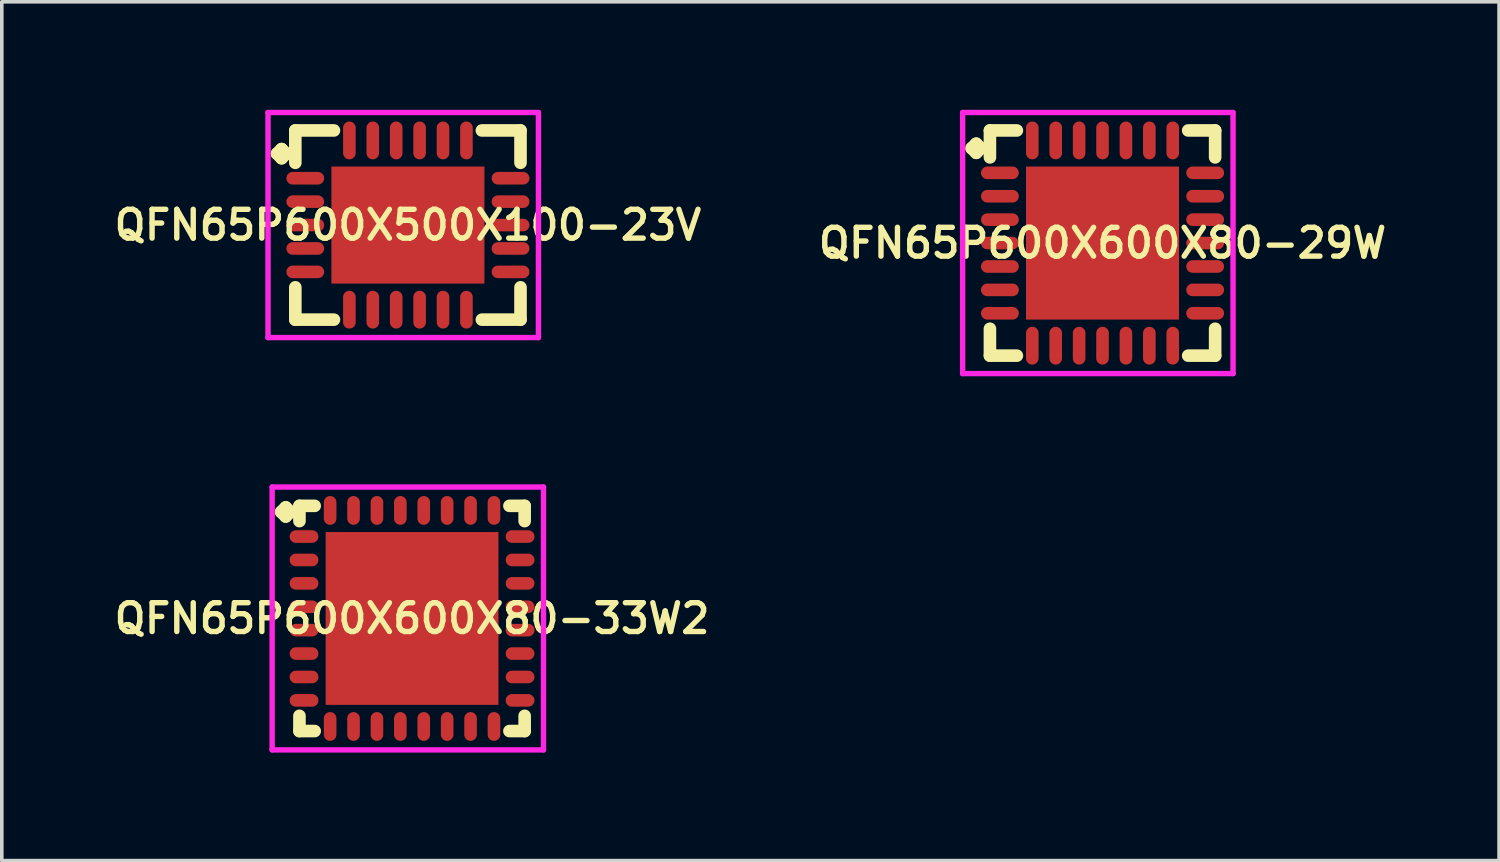
<source format=kicad_pcb>
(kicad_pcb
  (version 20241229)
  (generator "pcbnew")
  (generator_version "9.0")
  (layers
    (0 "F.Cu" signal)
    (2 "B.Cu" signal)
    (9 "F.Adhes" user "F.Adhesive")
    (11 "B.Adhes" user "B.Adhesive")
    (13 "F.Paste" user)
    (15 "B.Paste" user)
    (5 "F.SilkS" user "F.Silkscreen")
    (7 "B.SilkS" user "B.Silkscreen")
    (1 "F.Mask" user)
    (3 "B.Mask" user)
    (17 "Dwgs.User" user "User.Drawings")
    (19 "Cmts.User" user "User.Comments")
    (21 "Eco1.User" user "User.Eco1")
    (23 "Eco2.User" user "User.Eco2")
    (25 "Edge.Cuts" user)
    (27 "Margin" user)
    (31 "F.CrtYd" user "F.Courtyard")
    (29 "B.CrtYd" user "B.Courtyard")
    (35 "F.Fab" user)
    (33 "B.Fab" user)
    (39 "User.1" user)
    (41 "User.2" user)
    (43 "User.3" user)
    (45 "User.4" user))
  (footprint "QFN65P600X600X80-29W"
    (layer "F.Cu")
    (at 27.568 3.7)
    (property "Reference" "QFN65P600X600X80-29W" (at 0 0 0) (layer "F.SilkS") (effects (font (size 0.8 0.8) (thickness 0.15))))
    (attr smd)
    (fp_line (start -3.635 -2.633) (end -3.508 -2.76) (stroke (width 0.35) (type solid)) (layer "F.SilkS"))
    (fp_line (start -3.508 -2.76) (end -3.381 -2.633) (stroke (width 0.35) (type solid)) (layer "F.SilkS"))
    (fp_line (start -3.508 -2.506) (end -3.635 -2.633) (stroke (width 0.35) (type solid)) (layer "F.SilkS"))
    (fp_line (start -3.381 -2.633) (end -3.508 -2.506) (stroke (width 0.35) (type solid)) (layer "F.SilkS"))
    (fp_line (start -3.127 -3.127) (end -2.379 -3.127) (stroke (width 0.35) (type solid)) (layer "F.SilkS"))
    (fp_line (start -3.127 -2.379) (end -3.127 -3.127) (stroke (width 0.35) (type solid)) (layer "F.SilkS"))
    (fp_line (start -3.127 2.379) (end -3.127 3.127) (stroke (width 0.35) (type solid)) (layer "F.SilkS"))
    (fp_line (start -3.127 3.127) (end -2.379 3.127) (stroke (width 0.35) (type solid)) (layer "F.SilkS"))
    (fp_line (start 2.379 -3.127) (end 3.127 -3.127) (stroke (width 0.35) (type solid)) (layer "F.SilkS"))
    (fp_line (start 2.379 3.127) (end 3.127 3.127) (stroke (width 0.35) (type solid)) (layer "F.SilkS"))
    (fp_line (start 3.127 -3.127) (end 3.127 -2.379) (stroke (width 0.35) (type solid)) (layer "F.SilkS"))
    (fp_line (start 3.127 3.127) (end 3.127 2.379) (stroke (width 0.35) (type solid)) (layer "F.SilkS"))
    (fp_line (start -3.885 -3.625) (end 3.625 -3.625) (stroke (width 0.15) (type solid)) (layer "F.CrtYd"))
    (fp_line (start -3.885 3.625) (end -3.885 -3.625) (stroke (width 0.15) (type solid)) (layer "F.CrtYd"))
    (fp_line (start 3.625 -3.625) (end 3.625 3.625) (stroke (width 0.15) (type solid)) (layer "F.CrtYd"))
    (fp_line (start 3.625 3.625) (end -3.885 3.625) (stroke (width 0.15) (type solid)) (layer "F.CrtYd"))
    (pad "1" smd oval (at -2.85 -1.95) (size 1.05 0.35) (layers "F.Cu" "F.Mask" "F.Paste"))
    (pad "2" smd oval (at -2.85 -1.3) (size 1.05 0.35) (layers "F.Cu" "F.Mask" "F.Paste"))
    (pad "3" smd oval (at -2.85 -0.65) (size 1.05 0.35) (layers "F.Cu" "F.Mask" "F.Paste"))
    (pad "4" smd oval (at -2.85 0) (size 1.05 0.35) (layers "F.Cu" "F.Mask" "F.Paste"))
    (pad "5" smd oval (at -2.85 0.65) (size 1.05 0.35) (layers "F.Cu" "F.Mask" "F.Paste"))
    (pad "6" smd oval (at -2.85 1.3) (size 1.05 0.35) (layers "F.Cu" "F.Mask" "F.Paste"))
    (pad "7" smd oval (at -2.85 1.95) (size 1.05 0.35) (layers "F.Cu" "F.Mask" "F.Paste"))
    (pad "8" smd oval (at -1.95 2.85) (size 0.35 1.05) (layers "F.Cu" "F.Mask" "F.Paste"))
    (pad "9" smd oval (at -1.3 2.85) (size 0.35 1.05) (layers "F.Cu" "F.Mask" "F.Paste"))
    (pad "10" smd oval (at -0.65 2.85) (size 0.35 1.05) (layers "F.Cu" "F.Mask" "F.Paste"))
    (pad "11" smd oval (at 0 2.85) (size 0.35 1.05) (layers "F.Cu" "F.Mask" "F.Paste"))
    (pad "12" smd oval (at 0.65 2.85) (size 0.35 1.05) (layers "F.Cu" "F.Mask" "F.Paste"))
    (pad "13" smd oval (at 1.3 2.85) (size 0.35 1.05) (layers "F.Cu" "F.Mask" "F.Paste"))
    (pad "14" smd oval (at 1.95 2.85) (size 0.35 1.05) (layers "F.Cu" "F.Mask" "F.Paste"))
    (pad "15" smd oval (at 2.85 1.95) (size 1.05 0.35) (layers "F.Cu" "F.Mask" "F.Paste"))
    (pad "16" smd oval (at 2.85 1.3) (size 1.05 0.35) (layers "F.Cu" "F.Mask" "F.Paste"))
    (pad "17" smd oval (at 2.85 0.65) (size 1.05 0.35) (layers "F.Cu" "F.Mask" "F.Paste"))
    (pad "18" smd oval (at 2.85 0) (size 1.05 0.35) (layers "F.Cu" "F.Mask" "F.Paste"))
    (pad "19" smd oval (at 2.85 -0.65) (size 1.05 0.35) (layers "F.Cu" "F.Mask" "F.Paste"))
    (pad "20" smd oval (at 2.85 -1.3) (size 1.05 0.35) (layers "F.Cu" "F.Mask" "F.Paste"))
    (pad "21" smd oval (at 2.85 -1.95) (size 1.05 0.35) (layers "F.Cu" "F.Mask" "F.Paste"))
    (pad "22" smd oval (at 1.95 -2.85) (size 0.35 1.05) (layers "F.Cu" "F.Mask" "F.Paste"))
    (pad "23" smd oval (at 1.3 -2.85) (size 0.35 1.05) (layers "F.Cu" "F.Mask" "F.Paste"))
    (pad "24" smd oval (at 0.65 -2.85) (size 0.35 1.05) (layers "F.Cu" "F.Mask" "F.Paste"))
    (pad "25" smd oval (at 0 -2.85) (size 0.35 1.05) (layers "F.Cu" "F.Mask" "F.Paste"))
    (pad "26" smd oval (at -0.65 -2.85) (size 0.35 1.05) (layers "F.Cu" "F.Mask" "F.Paste"))
    (pad "27" smd oval (at -1.3 -2.85) (size 0.35 1.05) (layers "F.Cu" "F.Mask" "F.Paste"))
    (pad "28" smd oval (at -1.95 -2.85) (size 0.35 1.05) (layers "F.Cu" "F.Mask" "F.Paste"))
    (pad "29" smd rect (at 0 0) (size 4.25 4.25) (layers "F.Cu" "F.Mask" "F.Paste")))
  (footprint "QFN65P600X500X100-23V"
    (layer "F.Cu")
    (at 8.278 3.2)
    (property "Reference" "QFN65P600X500X100-23V" (at 0 0 0) (layer "F.SilkS") (effects (font (size 0.8 0.8) (thickness 0.15))))
    (attr smd)
    (fp_line (start -3.635 -1.983) (end -3.508 -2.11) (stroke (width 0.35) (type solid)) (layer "F.SilkS"))
    (fp_line (start -3.508 -2.11) (end -3.381 -1.983) (stroke (width 0.35) (type solid)) (layer "F.SilkS"))
    (fp_line (start -3.508 -1.856) (end -3.635 -1.983) (stroke (width 0.35) (type solid)) (layer "F.SilkS"))
    (fp_line (start -3.381 -1.983) (end -3.508 -1.856) (stroke (width 0.35) (type solid)) (layer "F.SilkS"))
    (fp_line (start -3.127 -2.627) (end -2.054 -2.627) (stroke (width 0.35) (type solid)) (layer "F.SilkS"))
    (fp_line (start -3.127 -1.729) (end -3.127 -2.627) (stroke (width 0.35) (type solid)) (layer "F.SilkS"))
    (fp_line (start -3.127 1.729) (end -3.127 2.627) (stroke (width 0.35) (type solid)) (layer "F.SilkS"))
    (fp_line (start -3.127 2.627) (end -2.054 2.627) (stroke (width 0.35) (type solid)) (layer "F.SilkS"))
    (fp_line (start 2.054 -2.627) (end 3.127 -2.627) (stroke (width 0.35) (type solid)) (layer "F.SilkS"))
    (fp_line (start 2.054 2.627) (end 3.127 2.627) (stroke (width 0.35) (type solid)) (layer "F.SilkS"))
    (fp_line (start 3.127 -2.627) (end 3.127 -1.729) (stroke (width 0.35) (type solid)) (layer "F.SilkS"))
    (fp_line (start 3.127 2.627) (end 3.127 1.729) (stroke (width 0.35) (type solid)) (layer "F.SilkS"))
    (fp_line (start -3.885 -3.125) (end 3.625 -3.125) (stroke (width 0.15) (type solid)) (layer "F.CrtYd"))
    (fp_line (start -3.885 3.125) (end -3.885 -3.125) (stroke (width 0.15) (type solid)) (layer "F.CrtYd"))
    (fp_line (start 3.625 -3.125) (end 3.625 3.125) (stroke (width 0.15) (type solid)) (layer "F.CrtYd"))
    (fp_line (start 3.625 3.125) (end -3.885 3.125) (stroke (width 0.15) (type solid)) (layer "F.CrtYd"))
    (pad "1" smd oval (at -2.85 -1.3) (size 1.05 0.35) (layers "F.Cu" "F.Mask" "F.Paste"))
    (pad "2" smd oval (at -2.85 -0.65) (size 1.05 0.35) (layers "F.Cu" "F.Mask" "F.Paste"))
    (pad "3" smd oval (at -2.85 0) (size 1.05 0.35) (layers "F.Cu" "F.Mask" "F.Paste"))
    (pad "4" smd oval (at -2.85 0.65) (size 1.05 0.35) (layers "F.Cu" "F.Mask" "F.Paste"))
    (pad "5" smd oval (at -2.85 1.3) (size 1.05 0.35) (layers "F.Cu" "F.Mask" "F.Paste"))
    (pad "6" smd oval (at -1.625 2.35) (size 0.35 1.05) (layers "F.Cu" "F.Mask" "F.Paste"))
    (pad "7" smd oval (at -0.975 2.35) (size 0.35 1.05) (layers "F.Cu" "F.Mask" "F.Paste"))
    (pad "8" smd oval (at -0.325 2.35) (size 0.35 1.05) (layers "F.Cu" "F.Mask" "F.Paste"))
    (pad "9" smd oval (at 0.325 2.35) (size 0.35 1.05) (layers "F.Cu" "F.Mask" "F.Paste"))
    (pad "10" smd oval (at 0.975 2.35) (size 0.35 1.05) (layers "F.Cu" "F.Mask" "F.Paste"))
    (pad "11" smd oval (at 1.625 2.35) (size 0.35 1.05) (layers "F.Cu" "F.Mask" "F.Paste"))
    (pad "12" smd oval (at 2.85 1.3) (size 1.05 0.35) (layers "F.Cu" "F.Mask" "F.Paste"))
    (pad "13" smd oval (at 2.85 0.65) (size 1.05 0.35) (layers "F.Cu" "F.Mask" "F.Paste"))
    (pad "14" smd oval (at 2.85 0) (size 1.05 0.35) (layers "F.Cu" "F.Mask" "F.Paste"))
    (pad "15" smd oval (at 2.85 -0.65) (size 1.05 0.35) (layers "F.Cu" "F.Mask" "F.Paste"))
    (pad "16" smd oval (at 2.85 -1.3) (size 1.05 0.35) (layers "F.Cu" "F.Mask" "F.Paste"))
    (pad "17" smd oval (at 1.625 -2.35) (size 0.35 1.05) (layers "F.Cu" "F.Mask" "F.Paste"))
    (pad "18" smd oval (at 0.975 -2.35) (size 0.35 1.05) (layers "F.Cu" "F.Mask" "F.Paste"))
    (pad "19" smd oval (at 0.325 -2.35) (size 0.35 1.05) (layers "F.Cu" "F.Mask" "F.Paste"))
    (pad "20" smd oval (at -0.325 -2.35) (size 0.35 1.05) (layers "F.Cu" "F.Mask" "F.Paste"))
    (pad "21" smd oval (at -0.975 -2.35) (size 0.35 1.05) (layers "F.Cu" "F.Mask" "F.Paste"))
    (pad "22" smd oval (at -1.625 -2.35) (size 0.35 1.05) (layers "F.Cu" "F.Mask" "F.Paste"))
    (pad "23" smd rect (at 0 0) (size 4.25 3.25) (layers "F.Cu" "F.Mask" "F.Paste")))
  (footprint "QFN65P600X600X80-33W2"
    (layer "F.Cu")
    (at 8.393 14.125)
    (property "Reference" "QFN65P600X600X80-33W2" (at 0 0 0) (layer "F.SilkS") (effects (font (size 0.8 0.8) (thickness 0.15))))
    (attr smd)
    (fp_line (start -3.635 -2.958) (end -3.508 -3.085) (stroke (width 0.35) (type solid)) (layer "F.SilkS"))
    (fp_line (start -3.508 -3.085) (end -3.381 -2.958) (stroke (width 0.35) (type solid)) (layer "F.SilkS"))
    (fp_line (start -3.508 -2.831) (end -3.635 -2.958) (stroke (width 0.35) (type solid)) (layer "F.SilkS"))
    (fp_line (start -3.381 -2.958) (end -3.508 -2.831) (stroke (width 0.35) (type solid)) (layer "F.SilkS"))
    (fp_line (start -3.127 -3.127) (end -2.704 -3.127) (stroke (width 0.35) (type solid)) (layer "F.SilkS"))
    (fp_line (start -3.127 -2.704) (end -3.127 -3.127) (stroke (width 0.35) (type solid)) (layer "F.SilkS"))
    (fp_line (start -3.127 2.704) (end -3.127 3.127) (stroke (width 0.35) (type solid)) (layer "F.SilkS"))
    (fp_line (start -3.127 3.127) (end -2.704 3.127) (stroke (width 0.35) (type solid)) (layer "F.SilkS"))
    (fp_line (start 2.704 -3.127) (end 3.127 -3.127) (stroke (width 0.35) (type solid)) (layer "F.SilkS"))
    (fp_line (start 2.704 3.127) (end 3.127 3.127) (stroke (width 0.35) (type solid)) (layer "F.SilkS"))
    (fp_line (start 3.127 -3.127) (end 3.127 -2.704) (stroke (width 0.35) (type solid)) (layer "F.SilkS"))
    (fp_line (start 3.127 3.127) (end 3.127 2.704) (stroke (width 0.35) (type solid)) (layer "F.SilkS"))
    (fp_line (start -3.885 -3.65) (end 3.65 -3.65) (stroke (width 0.15) (type solid)) (layer "F.CrtYd"))
    (fp_line (start -3.885 3.65) (end -3.885 -3.65) (stroke (width 0.15) (type solid)) (layer "F.CrtYd"))
    (fp_line (start 3.65 -3.65) (end 3.65 3.65) (stroke (width 0.15) (type solid)) (layer "F.CrtYd"))
    (fp_line (start 3.65 3.65) (end -3.885 3.65) (stroke (width 0.15) (type solid)) (layer "F.CrtYd"))
    (pad "1" smd oval (at -3 -2.275) (size 0.8 0.35) (layers "F.Cu" "F.Mask" "F.Paste"))
    (pad "2" smd oval (at -3 -1.625) (size 0.8 0.35) (layers "F.Cu" "F.Mask" "F.Paste"))
    (pad "3" smd oval (at -3 -0.975) (size 0.8 0.35) (layers "F.Cu" "F.Mask" "F.Paste"))
    (pad "4" smd oval (at -3 -0.325) (size 0.8 0.35) (layers "F.Cu" "F.Mask" "F.Paste"))
    (pad "5" smd oval (at -3 0.325) (size 0.8 0.35) (layers "F.Cu" "F.Mask" "F.Paste"))
    (pad "6" smd oval (at -3 0.975) (size 0.8 0.35) (layers "F.Cu" "F.Mask" "F.Paste"))
    (pad "7" smd oval (at -3 1.625) (size 0.8 0.35) (layers "F.Cu" "F.Mask" "F.Paste"))
    (pad "8" smd oval (at -3 2.275) (size 0.8 0.35) (layers "F.Cu" "F.Mask" "F.Paste"))
    (pad "9" smd oval (at -2.275 3) (size 0.35 0.8) (layers "F.Cu" "F.Mask" "F.Paste"))
    (pad "10" smd oval (at -1.625 3) (size 0.35 0.8) (layers "F.Cu" "F.Mask" "F.Paste"))
    (pad "11" smd oval (at -0.975 3) (size 0.35 0.8) (layers "F.Cu" "F.Mask" "F.Paste"))
    (pad "12" smd oval (at -0.325 3) (size 0.35 0.8) (layers "F.Cu" "F.Mask" "F.Paste"))
    (pad "13" smd oval (at 0.325 3) (size 0.35 0.8) (layers "F.Cu" "F.Mask" "F.Paste"))
    (pad "14" smd oval (at 0.975 3) (size 0.35 0.8) (layers "F.Cu" "F.Mask" "F.Paste"))
    (pad "15" smd oval (at 1.625 3) (size 0.35 0.8) (layers "F.Cu" "F.Mask" "F.Paste"))
    (pad "16" smd oval (at 2.275 3) (size 0.35 0.8) (layers "F.Cu" "F.Mask" "F.Paste"))
    (pad "17" smd oval (at 3 2.275) (size 0.8 0.35) (layers "F.Cu" "F.Mask" "F.Paste"))
    (pad "18" smd oval (at 3 1.625) (size 0.8 0.35) (layers "F.Cu" "F.Mask" "F.Paste"))
    (pad "19" smd oval (at 3 0.975) (size 0.8 0.35) (layers "F.Cu" "F.Mask" "F.Paste"))
    (pad "20" smd oval (at 3 0.325) (size 0.8 0.35) (layers "F.Cu" "F.Mask" "F.Paste"))
    (pad "21" smd oval (at 3 -0.325) (size 0.8 0.35) (layers "F.Cu" "F.Mask" "F.Paste"))
    (pad "22" smd oval (at 3 -0.975) (size 0.8 0.35) (layers "F.Cu" "F.Mask" "F.Paste"))
    (pad "23" smd oval (at 3 -1.625) (size 0.8 0.35) (layers "F.Cu" "F.Mask" "F.Paste"))
    (pad "24" smd oval (at 3 -2.275) (size 0.8 0.35) (layers "F.Cu" "F.Mask" "F.Paste"))
    (pad "25" smd oval (at 2.275 -3) (size 0.35 0.8) (layers "F.Cu" "F.Mask" "F.Paste"))
    (pad "26" smd oval (at 1.625 -3) (size 0.35 0.8) (layers "F.Cu" "F.Mask" "F.Paste"))
    (pad "27" smd oval (at 0.975 -3) (size 0.35 0.8) (layers "F.Cu" "F.Mask" "F.Paste"))
    (pad "28" smd oval (at 0.325 -3) (size 0.35 0.8) (layers "F.Cu" "F.Mask" "F.Paste"))
    (pad "29" smd oval (at -0.325 -3) (size 0.35 0.8) (layers "F.Cu" "F.Mask" "F.Paste"))
    (pad "30" smd oval (at -0.975 -3) (size 0.35 0.8) (layers "F.Cu" "F.Mask" "F.Paste"))
    (pad "31" smd oval (at -1.625 -3) (size 0.35 0.8) (layers "F.Cu" "F.Mask" "F.Paste"))
    (pad "32" smd oval (at -2.275 -3) (size 0.35 0.8) (layers "F.Cu" "F.Mask" "F.Paste"))
    (pad "33" smd rect (at 0 0) (size 4.8 4.8) (layers "F.Cu" "F.Mask" "F.Paste")))
  (gr_rect
    (start -3 -3)
    (end 38.58 20.85)
    (stroke (width 0.1) (type default))
    (fill no)
    (layer "Edge.Cuts")))
</source>
